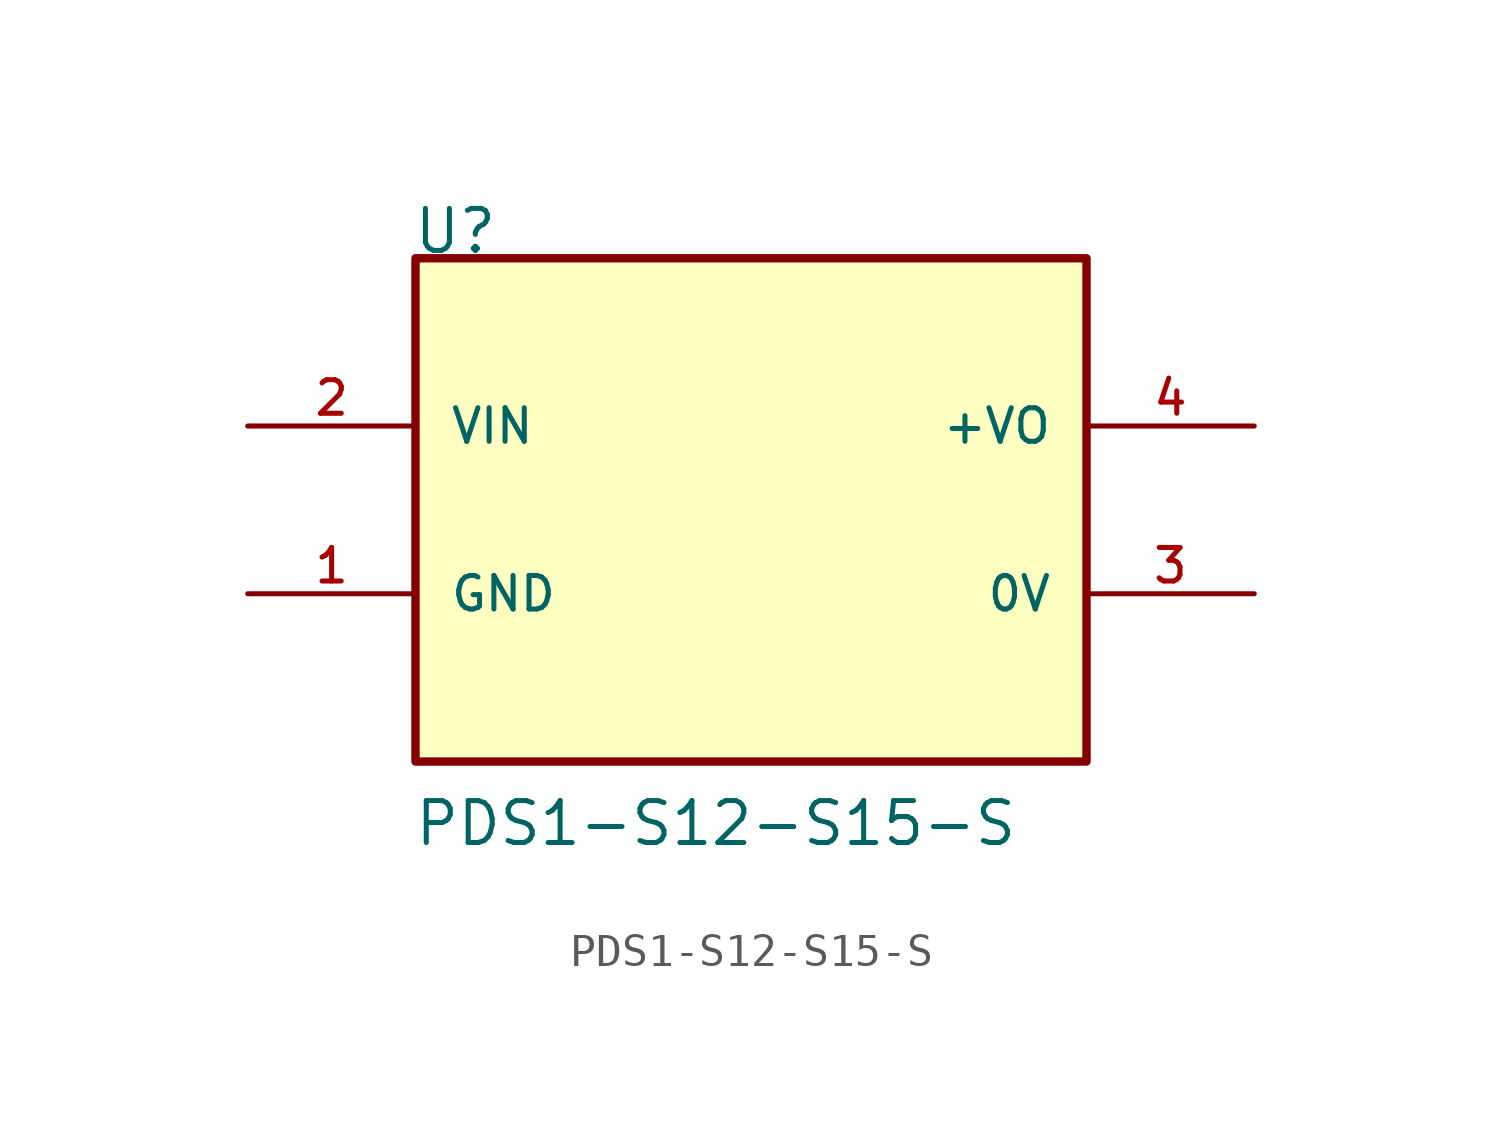
<source format=kicad_sym>
(kicad_symbol_lib
  (version 20211014)
  (generator kicad_symbol_editor)
  (symbol "PDS1-S12-S15-S"
    (pin_names
      (offset 1.016))
    (property "Reference" "U"
      (at -10.262 7.696 0)
      (effects (font (size 1.27 1.27)) (justify left bottom)))
    (property "Value" "PDS1-S12-S15-S"
      (at -10.236 -10.236 0)
      (effects (font (size 1.27 1.27)) (justify left bottom)))
    (symbol "PDS1-S12-S15-S_0_0"
      (rectangle (start -10.16 -7.62) (end 10.16 7.62) (stroke (width 0.254) (type default) (color 0 0 0 0)) (fill (type background)))
      (pin power_in line (at -15.24 -2.54 0) (length 5.08) (name "GND" (effects (font (size 1.016 1.016)))) (number "1" (effects (font (size 1.016 1.016)))))
      (pin input line (at -15.24 2.54 0) (length 5.08) (name "VIN" (effects (font (size 1.016 1.016)))) (number "2" (effects (font (size 1.016 1.016)))))
      (pin power_in line (at 15.24 -2.54 180) (length 5.08) (name "0V" (effects (font (size 1.016 1.016)))) (number "3" (effects (font (size 1.016 1.016)))))
      (pin output line (at 15.24 2.54 180) (length 5.08) (name "+VO" (effects (font (size 1.016 1.016)))) (number "4" (effects (font (size 1.016 1.016))))))))
</source>
